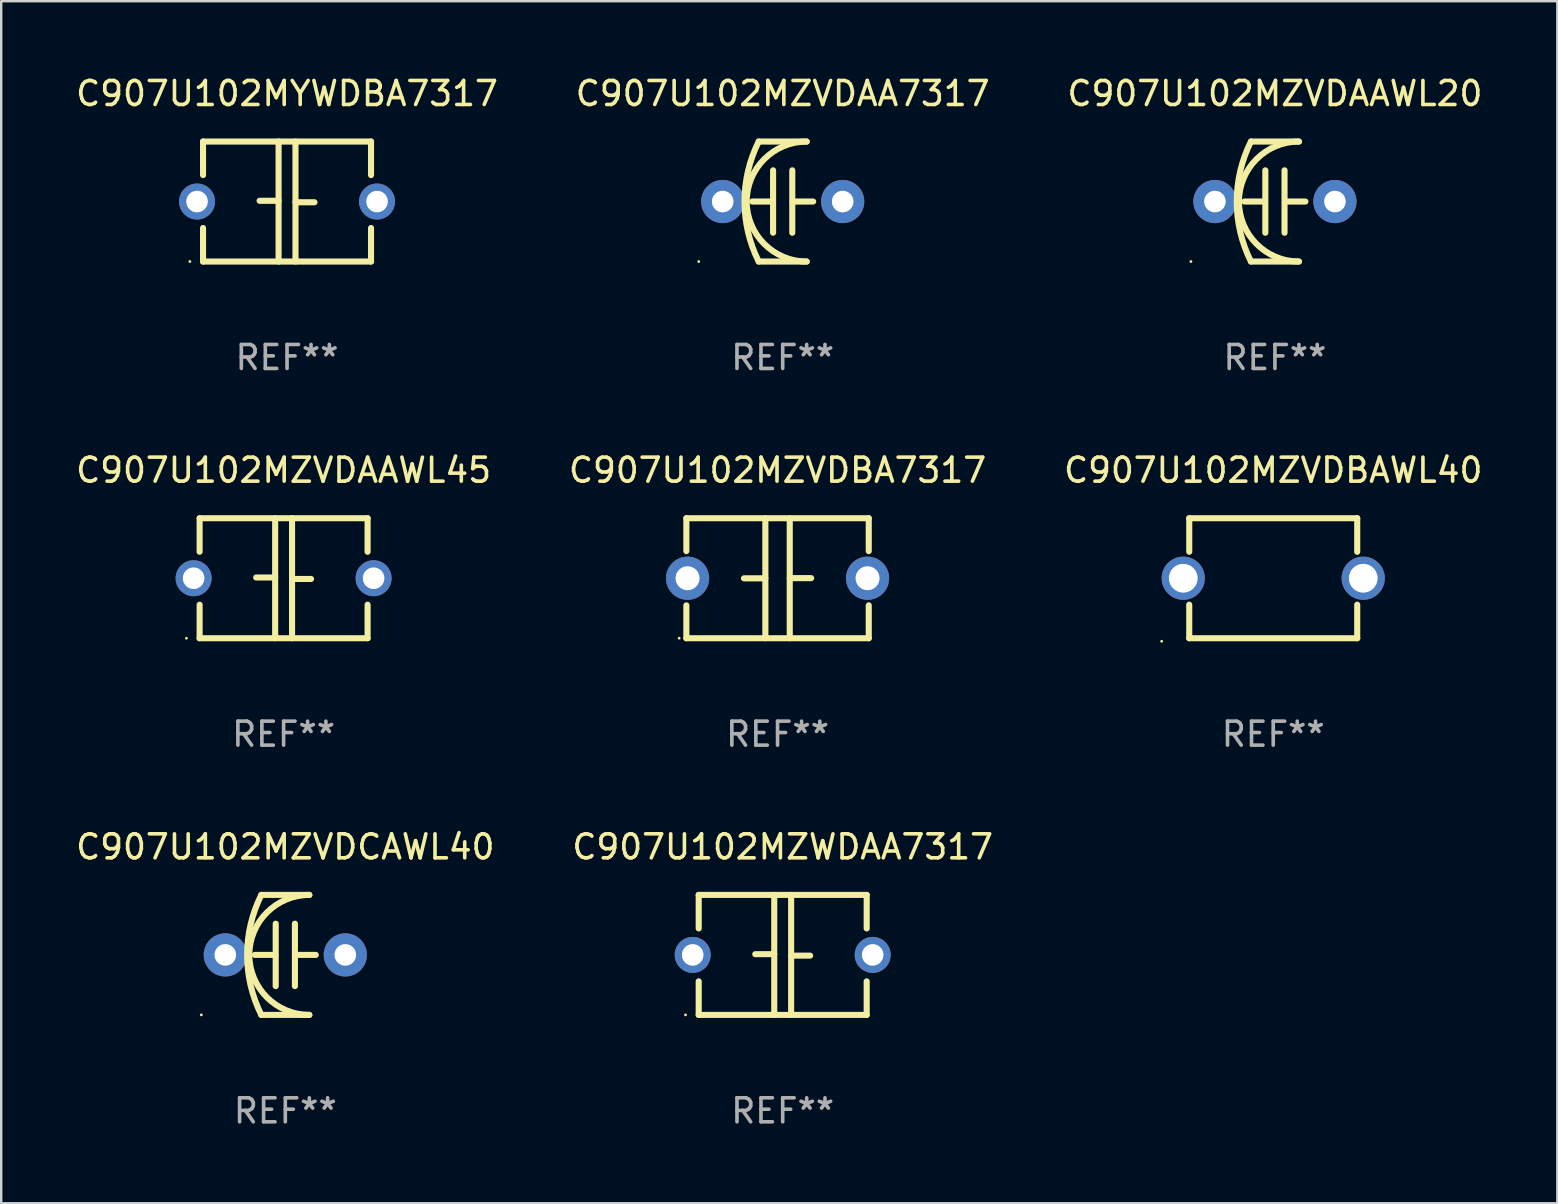
<source format=kicad_pcb>
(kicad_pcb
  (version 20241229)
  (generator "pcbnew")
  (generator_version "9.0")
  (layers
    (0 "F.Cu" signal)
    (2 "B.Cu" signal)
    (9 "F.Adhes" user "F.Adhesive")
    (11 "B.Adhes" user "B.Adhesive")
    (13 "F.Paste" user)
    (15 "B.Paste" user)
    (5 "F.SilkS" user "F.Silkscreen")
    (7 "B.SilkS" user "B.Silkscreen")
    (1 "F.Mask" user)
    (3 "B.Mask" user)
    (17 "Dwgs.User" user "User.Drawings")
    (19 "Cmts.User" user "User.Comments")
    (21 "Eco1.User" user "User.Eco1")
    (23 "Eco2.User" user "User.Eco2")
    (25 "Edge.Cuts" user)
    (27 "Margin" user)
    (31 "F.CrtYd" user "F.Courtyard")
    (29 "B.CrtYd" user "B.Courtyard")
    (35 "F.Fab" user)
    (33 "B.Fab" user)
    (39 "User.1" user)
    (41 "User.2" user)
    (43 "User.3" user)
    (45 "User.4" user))
  (footprint "C907U102MZVDBAWL40"
    (layer "F.Cu")
    (at 50.006 21.045)
    (property "Reference" "C907U102MZVDBAWL40" (at 0 -4.5 0) (layer "F.SilkS") (effects (font (size 1 1) (thickness 0.15))))
    (attr through_hole)
    (fp_line (start -3.5 -2.5) (end -3.5 -1.103) (stroke (width 0.254) (type solid)) (layer "F.SilkS"))
    (fp_line (start -3.5 -2.5) (end 3.5 -2.5) (stroke (width 0.254) (type solid)) (layer "F.SilkS"))
    (fp_line (start -3.5 1.103) (end -3.5 2.5) (stroke (width 0.254) (type solid)) (layer "F.SilkS"))
    (fp_line (start 3.5 -2.5) (end 3.5 -1.103) (stroke (width 0.254) (type solid)) (layer "F.SilkS"))
    (fp_line (start 3.5 1.103) (end 3.5 2.5) (stroke (width 0.254) (type solid)) (layer "F.SilkS"))
    (fp_line (start 3.5 2.5) (end -3.5 2.5) (stroke (width 0.254) (type solid)) (layer "F.SilkS"))
    (fp_circle (center -4.65 2.627) (end -4.62 2.627) (stroke (width 0.06) (type solid)) (fill no) (layer "F.SilkS"))
    (fp_text user "REF**" (at 0 6.5 0) (layer "F.Fab") (effects (font (size 1 1) (thickness 0.15))))
    (pad "1" thru_hole circle (at -3.75 0) (size 1.8 1.8) (drill 1.2) (layers "*.Cu" "*.Mask"))
    (pad "2" thru_hole circle (at 3.75 0) (size 1.8 1.8) (drill 1.2) (layers "*.Cu" "*.Mask")))
  (footprint "C907U102MZVDAAWL45"
    (layer "F.Cu")
    (at 8.768 21.045)
    (property "Reference" "C907U102MZVDAAWL45" (at 0 -4.5 0) (layer "F.SilkS") (effects (font (size 1 1) (thickness 0.15))))
    (attr through_hole)
    (fp_line (start -3.5 -2.5) (end -3.5 -1.103) (stroke (width 0.254) (type solid)) (layer "F.SilkS"))
    (fp_line (start -3.5 -2.5) (end 3.5 -2.5) (stroke (width 0.254) (type solid)) (layer "F.SilkS"))
    (fp_line (start -3.5 1.103) (end -3.5 2.5) (stroke (width 0.254) (type solid)) (layer "F.SilkS"))
    (fp_line (start -0.352 -0.03) (end -1.143 -0.03) (stroke (width 0.254) (type solid)) (layer "F.SilkS"))
    (fp_line (start -0.352 2.5) (end -0.352 -2.5) (stroke (width 0.254) (type solid)) (layer "F.SilkS"))
    (fp_line (start 0.352 -2.5) (end 0.352 2.5) (stroke (width 0.254) (type solid)) (layer "F.SilkS"))
    (fp_line (start 0.352 0.03) (end 1.143 0.03) (stroke (width 0.254) (type solid)) (layer "F.SilkS"))
    (fp_line (start 3.5 -2.5) (end 3.5 -1.103) (stroke (width 0.254) (type solid)) (layer "F.SilkS"))
    (fp_line (start 3.5 1.103) (end 3.5 2.5) (stroke (width 0.254) (type solid)) (layer "F.SilkS"))
    (fp_line (start 3.5 2.5) (end -3.5 2.5) (stroke (width 0.254) (type solid)) (layer "F.SilkS"))
    (fp_circle (center -4.05 2.5) (end -4.02 2.5) (stroke (width 0.06) (type solid)) (fill no) (layer "F.SilkS"))
    (fp_text user "REF**" (at 0 6.5 0) (layer "F.Fab") (effects (font (size 1 1) (thickness 0.15))))
    (pad "1" thru_hole circle (at -3.75 0) (size 1.5 1.5) (drill 0.9) (layers "*.Cu" "*.Mask"))
    (pad "2" thru_hole circle (at 3.75 0) (size 1.5 1.5) (drill 0.9) (layers "*.Cu" "*.Mask")))
  (footprint "C907U102MZWDAA7317"
    (layer "F.Cu")
    (at 29.565 36.741)
    (property "Reference" "C907U102MZWDAA7317" (at 0 -4.5 0) (layer "F.SilkS") (effects (font (size 1 1) (thickness 0.15))))
    (attr through_hole)
    (fp_line (start -3.5 -2.5) (end -3.5 -1.103) (stroke (width 0.254) (type solid)) (layer "F.SilkS"))
    (fp_line (start -3.5 -2.5) (end 3.5 -2.5) (stroke (width 0.254) (type solid)) (layer "F.SilkS"))
    (fp_line (start -3.5 1.103) (end -3.5 2.5) (stroke (width 0.254) (type solid)) (layer "F.SilkS"))
    (fp_line (start -0.352 -0.03) (end -1.143 -0.03) (stroke (width 0.254) (type solid)) (layer "F.SilkS"))
    (fp_line (start -0.352 2.5) (end -0.352 -2.5) (stroke (width 0.254) (type solid)) (layer "F.SilkS"))
    (fp_line (start 0.352 -2.5) (end 0.352 2.5) (stroke (width 0.254) (type solid)) (layer "F.SilkS"))
    (fp_line (start 0.352 0.03) (end 1.143 0.03) (stroke (width 0.254) (type solid)) (layer "F.SilkS"))
    (fp_line (start 3.5 -2.5) (end 3.5 -1.103) (stroke (width 0.254) (type solid)) (layer "F.SilkS"))
    (fp_line (start 3.5 1.103) (end 3.5 2.5) (stroke (width 0.254) (type solid)) (layer "F.SilkS"))
    (fp_line (start 3.5 2.5) (end -3.5 2.5) (stroke (width 0.254) (type solid)) (layer "F.SilkS"))
    (fp_circle (center -4.05 2.5) (end -4.02 2.5) (stroke (width 0.06) (type solid)) (fill no) (layer "F.SilkS"))
    (fp_text user "REF**" (at 0 6.5 0) (layer "F.Fab") (effects (font (size 1 1) (thickness 0.15))))
    (pad "1" thru_hole circle (at -3.75 0) (size 1.5 1.5) (drill 0.9) (layers "*.Cu" "*.Mask"))
    (pad "2" thru_hole circle (at 3.75 0) (size 1.5 1.5) (drill 0.9) (layers "*.Cu" "*.Mask")))
  (footprint "C907U102MZVDCAWL40"
    (layer "F.Cu")
    (at 8.839 36.741)
    (property "Reference" "C907U102MZVDCAWL40" (at 0 -4.5 0) (layer "F.SilkS") (effects (font (size 1 1) (thickness 0.15))))
    (attr through_hole)
    (fp_line (start -1 -2.5) (end 1 -2.5) (stroke (width 0.254) (type solid)) (layer "F.SilkS"))
    (fp_line (start -1 2.5) (end 1 2.5) (stroke (width 0.254) (type solid)) (layer "F.SilkS"))
    (fp_line (start -0.416 0) (end -1.27 0) (stroke (width 0.254) (type solid)) (layer "F.SilkS"))
    (fp_line (start -0.4 -1.3) (end -0.4 1.3) (stroke (width 0.254) (type solid)) (layer "F.SilkS"))
    (fp_line (start 0.4 1.3) (end 0.4 -1.3) (stroke (width 0.254) (type solid)) (layer "F.SilkS"))
    (fp_line (start 0.416 0) (end 1.27 0) (stroke (width 0.254) (type solid)) (layer "F.SilkS"))
    (fp_arc (start -1.000762 2.499365) (mid -1.590595 -0.000407) (end -1 -2.5) (stroke (width 0.254001) (type solid)) (layer "F.SilkS"))
    (fp_arc (start 1 2.5) (mid -1.498907 -0.000064) (end 1.000763 -2.499364) (stroke (width 0.254001) (type solid)) (layer "F.SilkS"))
    (fp_circle (center -3.5 2.5) (end -3.47 2.5) (stroke (width 0.06) (type solid)) (fill no) (layer "F.SilkS"))
    (fp_text user "REF**" (at 0 6.5 0) (layer "F.Fab") (effects (font (size 1 1) (thickness 0.15))))
    (pad "1" thru_hole circle (at -2.5 0) (size 1.8 1.8) (drill 0.9) (layers "*.Cu" "*.Mask"))
    (pad "2" thru_hole circle (at 2.5 0) (size 1.8 1.8) (drill 0.9) (layers "*.Cu" "*.Mask")))
  (footprint "C907U102MZVDAA7317"
    (layer "F.Cu")
    (at 29.565 5.348)
    (property "Reference" "C907U102MZVDAA7317" (at 0 -4.5 0) (layer "F.SilkS") (effects (font (size 1 1) (thickness 0.15))))
    (attr through_hole)
    (fp_line (start -1 -2.5) (end 1 -2.5) (stroke (width 0.254) (type solid)) (layer "F.SilkS"))
    (fp_line (start -1 2.5) (end 1 2.5) (stroke (width 0.254) (type solid)) (layer "F.SilkS"))
    (fp_line (start -0.416 0) (end -1.27 0) (stroke (width 0.254) (type solid)) (layer "F.SilkS"))
    (fp_line (start -0.4 -1.3) (end -0.4 1.3) (stroke (width 0.254) (type solid)) (layer "F.SilkS"))
    (fp_line (start 0.4 1.3) (end 0.4 -1.3) (stroke (width 0.254) (type solid)) (layer "F.SilkS"))
    (fp_line (start 0.416 0) (end 1.27 0) (stroke (width 0.254) (type solid)) (layer "F.SilkS"))
    (fp_arc (start -1.000762 2.499365) (mid -1.590595 -0.000407) (end -1 -2.5) (stroke (width 0.254001) (type solid)) (layer "F.SilkS"))
    (fp_arc (start 1 2.5) (mid -1.498907 -0.000064) (end 1.000763 -2.499364) (stroke (width 0.254001) (type solid)) (layer "F.SilkS"))
    (fp_circle (center -3.5 2.5) (end -3.47 2.5) (stroke (width 0.06) (type solid)) (fill no) (layer "F.SilkS"))
    (fp_text user "REF**" (at 0 6.5 0) (layer "F.Fab") (effects (font (size 1 1) (thickness 0.15))))
    (pad "1" thru_hole circle (at -2.5 0) (size 1.8 1.8) (drill 0.9) (layers "*.Cu" "*.Mask"))
    (pad "2" thru_hole circle (at 2.5 0) (size 1.8 1.8) (drill 0.9) (layers "*.Cu" "*.Mask")))
  (footprint "C907U102MZVDBA7317"
    (layer "F.Cu")
    (at 29.351 21.045)
    (property "Reference" "C907U102MZVDBA7317" (at 0 -4.5 0) (layer "F.SilkS") (effects (font (size 1 1) (thickness 0.15))))
    (attr through_hole)
    (fp_line (start -3.8 -2.5) (end -3.8 -1.13) (stroke (width 0.254) (type solid)) (layer "F.SilkS"))
    (fp_line (start -3.8 -2.5) (end 3.8 -2.5) (stroke (width 0.254) (type solid)) (layer "F.SilkS"))
    (fp_line (start -3.8 1.13) (end -3.8 2.5) (stroke (width 0.254) (type solid)) (layer "F.SilkS"))
    (fp_line (start -3.8 2.5) (end 3.8 2.5) (stroke (width 0.254) (type solid)) (layer "F.SilkS"))
    (fp_line (start -0.508 0.004) (end -1.4 0.004) (stroke (width 0.254) (type solid)) (layer "F.SilkS"))
    (fp_line (start -0.508 2.5) (end -0.508 -2.5) (stroke (width 0.254) (type solid)) (layer "F.SilkS"))
    (fp_line (start 0.508 -2.5) (end 0.508 2.5) (stroke (width 0.254) (type solid)) (layer "F.SilkS"))
    (fp_line (start 0.508 -0.004) (end 1.4 -0.004) (stroke (width 0.254) (type solid)) (layer "F.SilkS"))
    (fp_line (start 3.8 -2.5) (end 3.8 -1.13) (stroke (width 0.254) (type solid)) (layer "F.SilkS"))
    (fp_line (start 3.8 1.13) (end 3.8 2.5) (stroke (width 0.254) (type solid)) (layer "F.SilkS"))
    (fp_circle (center -4.1 2.5) (end -4.07 2.5) (stroke (width 0.06) (type solid)) (fill no) (layer "F.SilkS"))
    (fp_text user "REF**" (at 0 6.5 0) (layer "F.Fab") (effects (font (size 1 1) (thickness 0.15))))
    (pad "1" thru_hole circle (at -3.75 0) (size 1.8 1.8) (drill 1) (layers "*.Cu" "*.Mask"))
    (pad "2" thru_hole circle (at 3.75 0) (size 1.8 1.8) (drill 1) (layers "*.Cu" "*.Mask")))
  (footprint "C907U102MYWDBA7317"
    (layer "F.Cu")
    (at 8.911 5.348)
    (property "Reference" "C907U102MYWDBA7317" (at 0 -4.5 0) (layer "F.SilkS") (effects (font (size 1 1) (thickness 0.15))))
    (attr through_hole)
    (fp_line (start -3.5 -2.5) (end -3.5 -1.103) (stroke (width 0.254) (type solid)) (layer "F.SilkS"))
    (fp_line (start -3.5 -2.5) (end 3.5 -2.5) (stroke (width 0.254) (type solid)) (layer "F.SilkS"))
    (fp_line (start -3.5 1.103) (end -3.5 2.5) (stroke (width 0.254) (type solid)) (layer "F.SilkS"))
    (fp_line (start -0.352 -0.03) (end -1.143 -0.03) (stroke (width 0.254) (type solid)) (layer "F.SilkS"))
    (fp_line (start -0.352 2.5) (end -0.352 -2.5) (stroke (width 0.254) (type solid)) (layer "F.SilkS"))
    (fp_line (start 0.352 -2.5) (end 0.352 2.5) (stroke (width 0.254) (type solid)) (layer "F.SilkS"))
    (fp_line (start 0.352 0.03) (end 1.143 0.03) (stroke (width 0.254) (type solid)) (layer "F.SilkS"))
    (fp_line (start 3.5 -2.5) (end 3.5 -1.103) (stroke (width 0.254) (type solid)) (layer "F.SilkS"))
    (fp_line (start 3.5 1.103) (end 3.5 2.5) (stroke (width 0.254) (type solid)) (layer "F.SilkS"))
    (fp_line (start 3.5 2.5) (end -3.5 2.5) (stroke (width 0.254) (type solid)) (layer "F.SilkS"))
    (fp_circle (center -4.05 2.5) (end -4.02 2.5) (stroke (width 0.06) (type solid)) (fill no) (layer "F.SilkS"))
    (fp_text user "REF**" (at 0 6.5 0) (layer "F.Fab") (effects (font (size 1 1) (thickness 0.15))))
    (pad "1" thru_hole circle (at -3.75 0) (size 1.5 1.5) (drill 0.9) (layers "*.Cu" "*.Mask"))
    (pad "2" thru_hole circle (at 3.75 0) (size 1.5 1.5) (drill 0.9) (layers "*.Cu" "*.Mask")))
  (footprint "C907U102MZVDAAWL20"
    (layer "F.Cu")
    (at 50.077 5.348)
    (property "Reference" "C907U102MZVDAAWL20" (at 0 -4.5 0) (layer "F.SilkS") (effects (font (size 1 1) (thickness 0.15))))
    (attr through_hole)
    (fp_line (start -1 -2.5) (end 1 -2.5) (stroke (width 0.254) (type solid)) (layer "F.SilkS"))
    (fp_line (start -1 2.5) (end 1 2.5) (stroke (width 0.254) (type solid)) (layer "F.SilkS"))
    (fp_line (start -0.416 0) (end -1.27 0) (stroke (width 0.254) (type solid)) (layer "F.SilkS"))
    (fp_line (start -0.4 -1.3) (end -0.4 1.3) (stroke (width 0.254) (type solid)) (layer "F.SilkS"))
    (fp_line (start 0.4 1.3) (end 0.4 -1.3) (stroke (width 0.254) (type solid)) (layer "F.SilkS"))
    (fp_line (start 0.416 0) (end 1.27 0) (stroke (width 0.254) (type solid)) (layer "F.SilkS"))
    (fp_arc (start -1.000762 2.499365) (mid -1.590595 -0.000407) (end -1 -2.5) (stroke (width 0.254001) (type solid)) (layer "F.SilkS"))
    (fp_arc (start 1 2.5) (mid -1.498907 -0.000064) (end 1.000763 -2.499364) (stroke (width 0.254001) (type solid)) (layer "F.SilkS"))
    (fp_circle (center -3.5 2.5) (end -3.47 2.5) (stroke (width 0.06) (type solid)) (fill no) (layer "F.SilkS"))
    (fp_text user "REF**" (at 0 6.5 0) (layer "F.Fab") (effects (font (size 1 1) (thickness 0.15))))
    (pad "1" thru_hole circle (at -2.5 0) (size 1.8 1.8) (drill 0.9) (layers "*.Cu" "*.Mask"))
    (pad "2" thru_hole circle (at 2.5 0) (size 1.8 1.8) (drill 0.9) (layers "*.Cu" "*.Mask")))
  (gr_rect
    (start -3 -3)
    (end 61.845 47.09)
    (stroke (width 0.1) (type default))
    (fill no)
    (layer "Edge.Cuts")))
</source>
